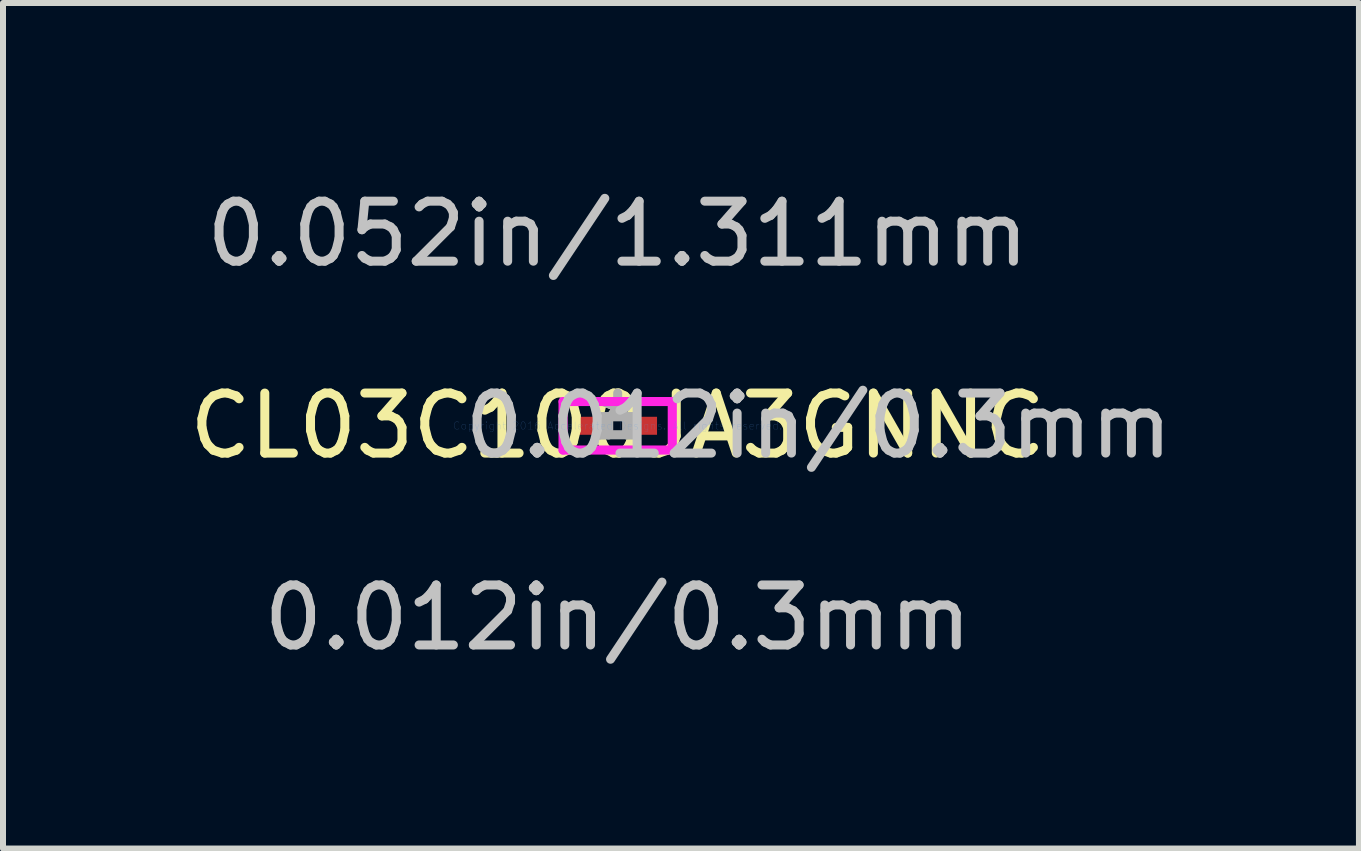
<source format=kicad_pcb>
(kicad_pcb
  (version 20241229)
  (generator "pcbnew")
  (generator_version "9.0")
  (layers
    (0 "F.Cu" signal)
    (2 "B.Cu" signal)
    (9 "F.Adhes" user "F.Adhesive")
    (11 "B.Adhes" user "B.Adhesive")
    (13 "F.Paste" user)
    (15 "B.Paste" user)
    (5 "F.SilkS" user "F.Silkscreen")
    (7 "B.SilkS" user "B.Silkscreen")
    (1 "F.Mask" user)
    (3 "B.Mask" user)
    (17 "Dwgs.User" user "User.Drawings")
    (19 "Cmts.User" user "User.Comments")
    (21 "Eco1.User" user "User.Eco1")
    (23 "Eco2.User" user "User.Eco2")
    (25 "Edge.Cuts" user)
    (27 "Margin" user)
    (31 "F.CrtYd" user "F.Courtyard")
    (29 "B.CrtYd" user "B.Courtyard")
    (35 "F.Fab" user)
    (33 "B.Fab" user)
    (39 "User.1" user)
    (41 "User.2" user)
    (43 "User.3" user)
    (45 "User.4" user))
  (footprint "CL03C100JA3GNNC"
    (layer "F.Cu")
    (at 7.244 4.046)
    (property "Reference" "CL03C100JA3GNNC" (at 0 0 0) (layer "F.SilkS") (effects (font (size 1 1) (thickness 0.15))))
    (attr through_hole)
    (fp_line (start -0.91 -0.404) (end 0.91 -0.404) (stroke (width 0.152) (type solid)) (layer "F.CrtYd"))
    (fp_line (start -0.91 0.404) (end -0.91 -0.404) (stroke (width 0.152) (type solid)) (layer "F.CrtYd"))
    (fp_line (start 0.91 -0.404) (end 0.91 0.404) (stroke (width 0.152) (type solid)) (layer "F.CrtYd"))
    (fp_line (start 0.91 0.404) (end -0.91 0.404) (stroke (width 0.152) (type solid)) (layer "F.CrtYd"))
    (fp_line (start -0.3 -0.15) (end -0.3 0.15) (stroke (width 0.152) (type solid)) (layer "F.Fab"))
    (fp_line (start -0.3 -0.15) (end -0.3 0.15) (stroke (width 0.152) (type solid)) (layer "F.Fab"))
    (fp_line (start -0.3 0.15) (end -0.15 0.15) (stroke (width 0.152) (type solid)) (layer "F.Fab"))
    (fp_line (start -0.3 0.15) (end 0.3 0.15) (stroke (width 0.152) (type solid)) (layer "F.Fab"))
    (fp_line (start -0.15 -0.15) (end -0.3 -0.15) (stroke (width 0.152) (type solid)) (layer "F.Fab"))
    (fp_line (start -0.15 0.15) (end -0.15 -0.15) (stroke (width 0.152) (type solid)) (layer "F.Fab"))
    (fp_line (start 0.15 -0.15) (end 0.15 0.15) (stroke (width 0.152) (type solid)) (layer "F.Fab"))
    (fp_line (start 0.15 0.15) (end 0.3 0.15) (stroke (width 0.152) (type solid)) (layer "F.Fab"))
    (fp_line (start 0.3 -0.15) (end -0.3 -0.15) (stroke (width 0.152) (type solid)) (layer "F.Fab"))
    (fp_line (start 0.3 -0.15) (end 0.15 -0.15) (stroke (width 0.152) (type solid)) (layer "F.Fab"))
    (fp_line (start 0.3 0.15) (end 0.3 -0.15) (stroke (width 0.152) (type solid)) (layer "F.Fab"))
    (fp_line (start 0.3 0.15) (end 0.3 -0.15) (stroke (width 0.152) (type solid)) (layer "F.Fab"))
    (fp_circle (center -0.276 0) (end -0.276 0) (stroke (width 0.152) (type solid)) (fill no) (layer "F.Fab"))
    (fp_text user "*" (at 0 0 0) (layer "F.SilkS") (effects (font (size 1 1) (thickness 0.15))))
    (fp_text user "0.052in/1.311mm" (at 0 -3.198 0) (layer "Dwgs.User") (effects (font (size 1 1) (thickness 0.15))))
    (fp_text user "0.012in/0.3mm" (at 3.348 0 0) (layer "Dwgs.User") (effects (font (size 1 1) (thickness 0.15))))
    (fp_text user "0.012in/0.3mm" (at 0 3.198 0) (layer "Dwgs.User") (effects (font (size 1 1) (thickness 0.15))))
    (fp_text user "Copyright 2016 Accelerated Designs. All rights reserved." (at 0 0 0) (layer "Cmts.User") (effects (font (size 0.127 0.127) (thickness 0.002))))
    (fp_text user "*" (at 0 0 0) (layer "F.Fab") (effects (font (size 1 1) (thickness 0.15))))
    (pad "1" smd rect (at -0.403 0) (size 0.506 0.3) (layers "F.Cu" "F.Mask" "F.Paste"))
    (pad "2" smd rect (at 0.403 0) (size 0.506 0.3) (layers "F.Cu" "F.Mask" "F.Paste")))
  (gr_rect
    (start -3 -3)
    (end 19.598 11.092)
    (stroke (width 0.1) (type default))
    (fill no)
    (layer "Edge.Cuts")))
</source>
